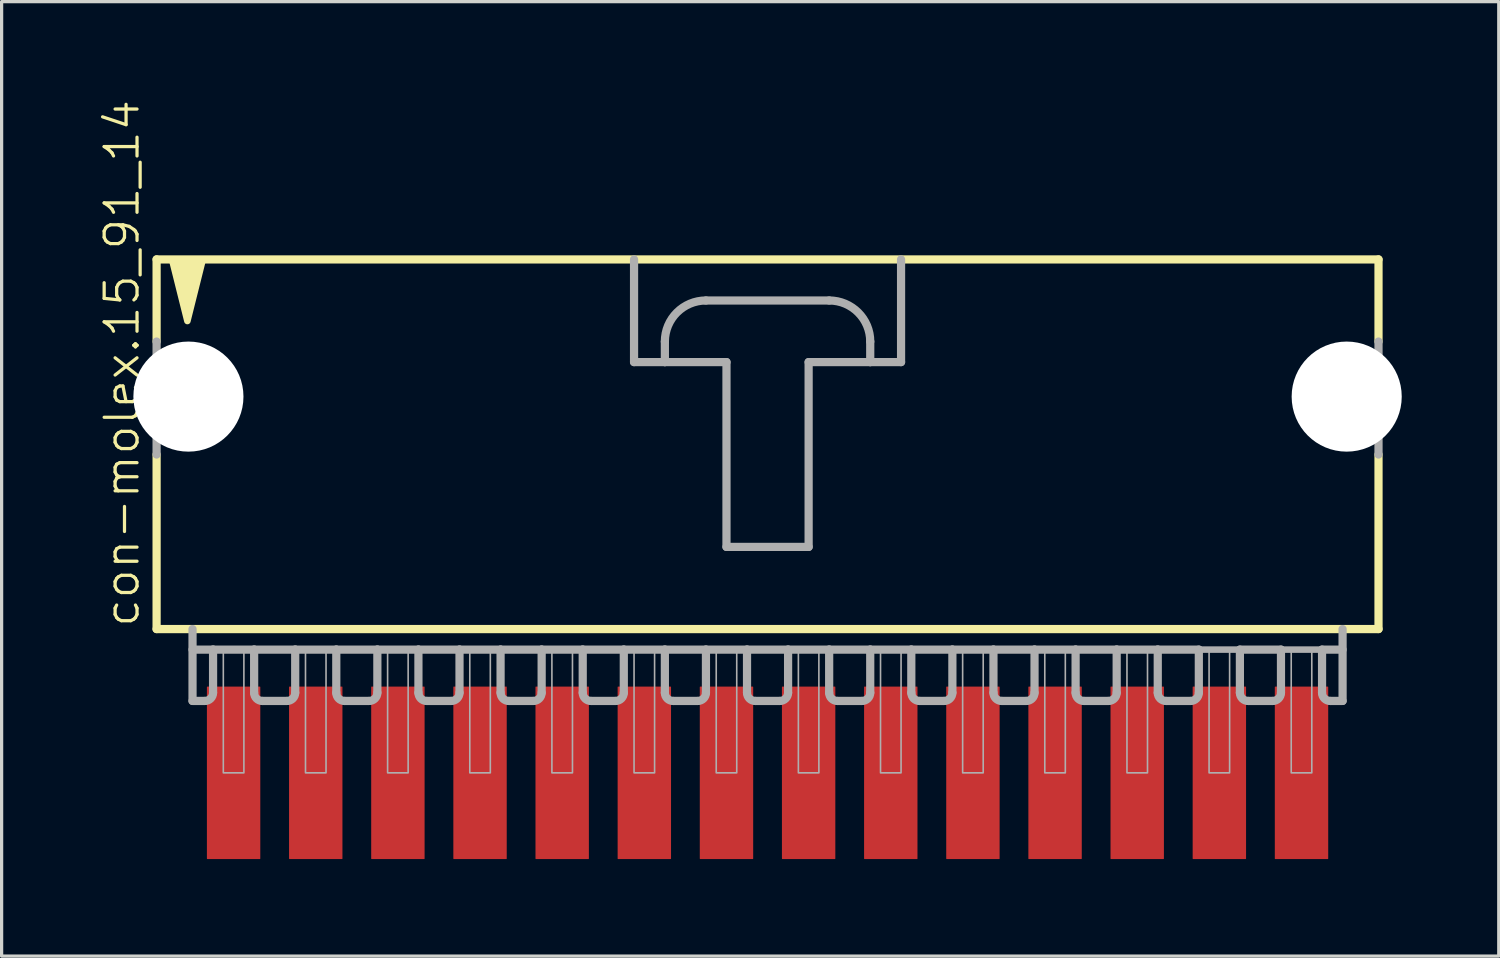
<source format=kicad_pcb>
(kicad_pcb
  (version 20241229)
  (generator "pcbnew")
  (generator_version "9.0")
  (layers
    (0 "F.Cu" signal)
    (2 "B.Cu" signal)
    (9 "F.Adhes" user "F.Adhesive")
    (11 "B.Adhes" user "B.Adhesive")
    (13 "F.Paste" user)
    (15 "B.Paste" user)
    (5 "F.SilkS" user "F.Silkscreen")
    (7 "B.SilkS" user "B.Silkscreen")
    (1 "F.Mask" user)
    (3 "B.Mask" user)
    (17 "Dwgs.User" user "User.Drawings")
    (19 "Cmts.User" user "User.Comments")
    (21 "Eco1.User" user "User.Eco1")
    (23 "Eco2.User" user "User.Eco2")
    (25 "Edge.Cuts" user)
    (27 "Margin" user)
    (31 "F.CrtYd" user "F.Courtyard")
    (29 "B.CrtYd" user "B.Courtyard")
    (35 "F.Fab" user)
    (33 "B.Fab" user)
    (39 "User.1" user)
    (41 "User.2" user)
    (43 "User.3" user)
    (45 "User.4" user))
  (footprint "con-molex.15_91_14"
    (layer "F.Cu")
    (at 20.683 10.051)
    (property "Reference" "con-molex.15_91_14" (at -19.367 6.35 90) (layer "F.SilkS") (effects (font (size 1.016 1.016) (thickness 0.1)) (justify left bottom)))
    (attr smd)
    (fp_line (start -18.891 -5.08) (end -18.891 -2.54) (stroke (width 0.254) (type default)) (layer "F.SilkS"))
    (fp_line (start -18.891 0.953) (end -18.891 6.35) (stroke (width 0.254) (type default)) (layer "F.SilkS"))
    (fp_line (start -18.891 6.35) (end 18.891 6.35) (stroke (width 0.254) (type default)) (layer "F.SilkS"))
    (fp_line (start 18.891 -5.08) (end -18.891 -5.08) (stroke (width 0.254) (type default)) (layer "F.SilkS"))
    (fp_line (start 18.891 -2.54) (end 18.891 -5.08) (stroke (width 0.254) (type default)) (layer "F.SilkS"))
    (fp_line (start 18.891 6.35) (end 18.891 0.953) (stroke (width 0.254) (type default)) (layer "F.SilkS"))
    (fp_poly (pts (xy -18.415 -5.08) (xy -17.939 -3.175) (xy -17.462 -5.08)) (stroke (width 0.203) (type default)) (fill yes) (layer "F.SilkS"))
    (fp_line (start -18.891 -2.54) (end -18.891 0.953) (stroke (width 0.254) (type default)) (layer "F.Fab"))
    (fp_line (start -17.78 6.35) (end -17.78 8.572) (stroke (width 0.254) (type default)) (layer "F.Fab"))
    (fp_line (start -17.78 6.985) (end -17.145 6.985) (stroke (width 0.254) (type default)) (layer "F.Fab"))
    (fp_line (start -17.399 8.572) (end -17.78 8.572) (stroke (width 0.254) (type default)) (layer "F.Fab"))
    (fp_line (start -17.145 6.985) (end -17.145 8.319) (stroke (width 0.254) (type default)) (layer "F.Fab"))
    (fp_line (start -17.145 6.985) (end -15.875 6.985) (stroke (width 0.254) (type default)) (layer "F.Fab"))
    (fp_line (start -15.875 6.985) (end -15.875 8.319) (stroke (width 0.254) (type default)) (layer "F.Fab"))
    (fp_line (start -15.875 6.985) (end -14.605 6.985) (stroke (width 0.254) (type default)) (layer "F.Fab"))
    (fp_line (start -14.859 8.572) (end -15.621 8.572) (stroke (width 0.254) (type default)) (layer "F.Fab"))
    (fp_line (start -14.605 6.985) (end -14.605 8.319) (stroke (width 0.254) (type default)) (layer "F.Fab"))
    (fp_line (start -14.605 6.985) (end -13.335 6.985) (stroke (width 0.254) (type default)) (layer "F.Fab"))
    (fp_line (start -13.335 6.985) (end -13.335 8.319) (stroke (width 0.254) (type default)) (layer "F.Fab"))
    (fp_line (start -13.335 6.985) (end -12.065 6.985) (stroke (width 0.254) (type default)) (layer "F.Fab"))
    (fp_line (start -12.319 8.572) (end -13.081 8.572) (stroke (width 0.254) (type default)) (layer "F.Fab"))
    (fp_line (start -12.065 6.985) (end -12.065 8.319) (stroke (width 0.254) (type default)) (layer "F.Fab"))
    (fp_line (start -12.065 6.985) (end -10.795 6.985) (stroke (width 0.254) (type default)) (layer "F.Fab"))
    (fp_line (start -10.795 6.985) (end -10.795 8.319) (stroke (width 0.254) (type default)) (layer "F.Fab"))
    (fp_line (start -10.795 6.985) (end -9.525 6.985) (stroke (width 0.254) (type default)) (layer "F.Fab"))
    (fp_line (start -9.779 8.572) (end -10.541 8.572) (stroke (width 0.254) (type default)) (layer "F.Fab"))
    (fp_line (start -9.525 6.985) (end -9.525 8.319) (stroke (width 0.254) (type default)) (layer "F.Fab"))
    (fp_line (start -9.525 6.985) (end -8.255 6.985) (stroke (width 0.254) (type default)) (layer "F.Fab"))
    (fp_line (start -8.255 6.985) (end -8.255 8.319) (stroke (width 0.254) (type default)) (layer "F.Fab"))
    (fp_line (start -8.255 6.985) (end -6.985 6.985) (stroke (width 0.254) (type default)) (layer "F.Fab"))
    (fp_line (start -7.239 8.572) (end -8.001 8.572) (stroke (width 0.254) (type default)) (layer "F.Fab"))
    (fp_line (start -6.985 6.985) (end -6.985 8.319) (stroke (width 0.254) (type default)) (layer "F.Fab"))
    (fp_line (start -6.985 6.985) (end -5.715 6.985) (stroke (width 0.254) (type default)) (layer "F.Fab"))
    (fp_line (start -5.715 6.985) (end -5.715 8.319) (stroke (width 0.254) (type default)) (layer "F.Fab"))
    (fp_line (start -5.715 6.985) (end -4.445 6.985) (stroke (width 0.254) (type default)) (layer "F.Fab"))
    (fp_line (start -4.699 8.572) (end -5.461 8.572) (stroke (width 0.254) (type default)) (layer "F.Fab"))
    (fp_line (start -4.445 6.985) (end -4.445 8.319) (stroke (width 0.254) (type default)) (layer "F.Fab"))
    (fp_line (start -4.445 6.985) (end -3.175 6.985) (stroke (width 0.254) (type default)) (layer "F.Fab"))
    (fp_line (start -4.128 -5.08) (end -4.128 -1.905) (stroke (width 0.254) (type default)) (layer "F.Fab"))
    (fp_line (start -4.128 -1.905) (end -3.175 -1.905) (stroke (width 0.254) (type default)) (layer "F.Fab"))
    (fp_line (start -3.175 -1.905) (end -3.175 -2.54) (stroke (width 0.254) (type default)) (layer "F.Fab"))
    (fp_line (start -3.175 -1.905) (end -1.27 -1.905) (stroke (width 0.254) (type default)) (layer "F.Fab"))
    (fp_line (start -3.175 6.985) (end -3.175 8.319) (stroke (width 0.254) (type default)) (layer "F.Fab"))
    (fp_line (start -3.175 6.985) (end -1.905 6.985) (stroke (width 0.254) (type default)) (layer "F.Fab"))
    (fp_line (start -2.159 8.572) (end -2.921 8.572) (stroke (width 0.254) (type default)) (layer "F.Fab"))
    (fp_line (start -1.905 -3.81) (end 1.905 -3.81) (stroke (width 0.254) (type default)) (layer "F.Fab"))
    (fp_line (start -1.905 6.985) (end -1.905 8.319) (stroke (width 0.254) (type default)) (layer "F.Fab"))
    (fp_line (start -1.905 6.985) (end -0.635 6.985) (stroke (width 0.254) (type default)) (layer "F.Fab"))
    (fp_line (start -1.27 -1.905) (end -1.27 3.81) (stroke (width 0.254) (type default)) (layer "F.Fab"))
    (fp_line (start -1.27 3.81) (end 1.27 3.81) (stroke (width 0.254) (type default)) (layer "F.Fab"))
    (fp_line (start -0.635 6.985) (end -0.635 8.319) (stroke (width 0.254) (type default)) (layer "F.Fab"))
    (fp_line (start -0.635 6.985) (end 0.635 6.985) (stroke (width 0.254) (type default)) (layer "F.Fab"))
    (fp_line (start 0.381 8.572) (end -0.381 8.572) (stroke (width 0.254) (type default)) (layer "F.Fab"))
    (fp_line (start 0.635 6.985) (end 0.635 8.319) (stroke (width 0.254) (type default)) (layer "F.Fab"))
    (fp_line (start 0.635 6.985) (end 1.905 6.985) (stroke (width 0.254) (type default)) (layer "F.Fab"))
    (fp_line (start 1.27 -1.905) (end 3.175 -1.905) (stroke (width 0.254) (type default)) (layer "F.Fab"))
    (fp_line (start 1.27 3.81) (end 1.27 -1.905) (stroke (width 0.254) (type default)) (layer "F.Fab"))
    (fp_line (start 1.905 6.985) (end 1.905 8.319) (stroke (width 0.254) (type default)) (layer "F.Fab"))
    (fp_line (start 1.905 6.985) (end 3.175 6.985) (stroke (width 0.254) (type default)) (layer "F.Fab"))
    (fp_line (start 2.921 8.572) (end 2.159 8.572) (stroke (width 0.254) (type default)) (layer "F.Fab"))
    (fp_line (start 3.175 -2.54) (end 3.175 -1.905) (stroke (width 0.254) (type default)) (layer "F.Fab"))
    (fp_line (start 3.175 -1.905) (end 4.128 -1.905) (stroke (width 0.254) (type default)) (layer "F.Fab"))
    (fp_line (start 3.175 6.985) (end 3.175 8.319) (stroke (width 0.254) (type default)) (layer "F.Fab"))
    (fp_line (start 3.175 6.985) (end 4.445 6.985) (stroke (width 0.254) (type default)) (layer "F.Fab"))
    (fp_line (start 4.128 -1.905) (end 4.128 -5.08) (stroke (width 0.254) (type default)) (layer "F.Fab"))
    (fp_line (start 4.445 6.985) (end 4.445 8.319) (stroke (width 0.254) (type default)) (layer "F.Fab"))
    (fp_line (start 4.445 6.985) (end 5.715 6.985) (stroke (width 0.254) (type default)) (layer "F.Fab"))
    (fp_line (start 5.461 8.572) (end 4.699 8.572) (stroke (width 0.254) (type default)) (layer "F.Fab"))
    (fp_line (start 5.715 6.985) (end 5.715 8.319) (stroke (width 0.254) (type default)) (layer "F.Fab"))
    (fp_line (start 5.715 6.985) (end 6.985 6.985) (stroke (width 0.254) (type default)) (layer "F.Fab"))
    (fp_line (start 6.985 6.985) (end 6.985 8.319) (stroke (width 0.254) (type default)) (layer "F.Fab"))
    (fp_line (start 6.985 6.985) (end 8.255 6.985) (stroke (width 0.254) (type default)) (layer "F.Fab"))
    (fp_line (start 8.001 8.572) (end 7.239 8.572) (stroke (width 0.254) (type default)) (layer "F.Fab"))
    (fp_line (start 8.255 6.985) (end 8.255 8.319) (stroke (width 0.254) (type default)) (layer "F.Fab"))
    (fp_line (start 8.255 6.985) (end 9.525 6.985) (stroke (width 0.254) (type default)) (layer "F.Fab"))
    (fp_line (start 9.525 6.985) (end 9.525 8.319) (stroke (width 0.254) (type default)) (layer "F.Fab"))
    (fp_line (start 9.525 6.985) (end 10.795 6.985) (stroke (width 0.254) (type default)) (layer "F.Fab"))
    (fp_line (start 9.779 8.572) (end 10.541 8.572) (stroke (width 0.254) (type default)) (layer "F.Fab"))
    (fp_line (start 10.795 6.985) (end 12.065 6.985) (stroke (width 0.254) (type default)) (layer "F.Fab"))
    (fp_line (start 10.795 8.319) (end 10.795 6.985) (stroke (width 0.254) (type default)) (layer "F.Fab"))
    (fp_line (start 12.065 6.985) (end 12.065 8.319) (stroke (width 0.254) (type default)) (layer "F.Fab"))
    (fp_line (start 12.065 6.985) (end 13.335 6.985) (stroke (width 0.254) (type default)) (layer "F.Fab"))
    (fp_line (start 12.319 8.572) (end 13.081 8.572) (stroke (width 0.254) (type default)) (layer "F.Fab"))
    (fp_line (start 13.335 6.985) (end 14.605 6.985) (stroke (width 0.203) (type default)) (layer "F.Fab"))
    (fp_line (start 13.335 8.319) (end 13.335 6.985) (stroke (width 0.254) (type default)) (layer "F.Fab"))
    (fp_line (start 14.605 6.985) (end 14.605 8.319) (stroke (width 0.254) (type default)) (layer "F.Fab"))
    (fp_line (start 14.605 6.985) (end 15.875 6.985) (stroke (width 0.254) (type default)) (layer "F.Fab"))
    (fp_line (start 14.859 8.572) (end 15.621 8.572) (stroke (width 0.254) (type default)) (layer "F.Fab"))
    (fp_line (start 15.875 6.985) (end 17.145 6.985) (stroke (width 0.203) (type default)) (layer "F.Fab"))
    (fp_line (start 15.875 8.319) (end 15.875 6.985) (stroke (width 0.254) (type default)) (layer "F.Fab"))
    (fp_line (start 17.145 6.985) (end 17.145 8.319) (stroke (width 0.254) (type default)) (layer "F.Fab"))
    (fp_line (start 17.145 6.985) (end 17.78 6.985) (stroke (width 0.254) (type default)) (layer "F.Fab"))
    (fp_line (start 17.399 8.572) (end 17.78 8.572) (stroke (width 0.254) (type default)) (layer "F.Fab"))
    (fp_line (start 17.78 8.572) (end 17.78 6.35) (stroke (width 0.254) (type default)) (layer "F.Fab"))
    (fp_line (start 18.891 -2.54) (end 18.891 0.953) (stroke (width 0.254) (type default)) (layer "F.Fab"))
    (fp_rect (start -16.828 10.795) (end -16.192 6.985) (stroke (width 0.05) (type default)) (fill no) (layer "F.Fab"))
    (fp_rect (start -14.287 10.795) (end -13.652 6.985) (stroke (width 0.05) (type default)) (fill no) (layer "F.Fab"))
    (fp_rect (start -11.748 10.795) (end -11.113 6.985) (stroke (width 0.05) (type default)) (fill no) (layer "F.Fab"))
    (fp_rect (start -9.207 10.795) (end -8.572 6.985) (stroke (width 0.05) (type default)) (fill no) (layer "F.Fab"))
    (fp_rect (start -6.668 10.795) (end -6.032 6.985) (stroke (width 0.05) (type default)) (fill no) (layer "F.Fab"))
    (fp_rect (start -4.128 10.795) (end -3.493 6.985) (stroke (width 0.05) (type default)) (fill no) (layer "F.Fab"))
    (fp_rect (start -1.587 10.795) (end -0.953 6.985) (stroke (width 0.05) (type default)) (fill no) (layer "F.Fab"))
    (fp_rect (start 0.953 10.795) (end 1.587 6.985) (stroke (width 0.05) (type default)) (fill no) (layer "F.Fab"))
    (fp_rect (start 3.493 10.795) (end 4.128 6.985) (stroke (width 0.05) (type default)) (fill no) (layer "F.Fab"))
    (fp_rect (start 6.032 10.795) (end 6.668 6.985) (stroke (width 0.05) (type default)) (fill no) (layer "F.Fab"))
    (fp_rect (start 8.572 10.795) (end 9.207 6.985) (stroke (width 0.05) (type default)) (fill no) (layer "F.Fab"))
    (fp_rect (start 11.113 10.795) (end 11.748 6.985) (stroke (width 0.05) (type default)) (fill no) (layer "F.Fab"))
    (fp_rect (start 13.652 10.795) (end 14.287 6.985) (stroke (width 0.05) (type default)) (fill no) (layer "F.Fab"))
    (fp_rect (start 16.192 10.795) (end 16.828 6.985) (stroke (width 0.05) (type default)) (fill no) (layer "F.Fab"))
    (fp_arc (start -17.145 8.3185) (mid -17.219395 8.498105) (end -17.399 8.5725) (stroke (width 0.254) (type default)) (layer "F.Fab"))
    (fp_arc (start -15.621 8.5725) (mid -15.800605 8.498105) (end -15.875 8.3185) (stroke (width 0.254) (type default)) (layer "F.Fab"))
    (fp_arc (start -14.605 8.3185) (mid -14.679395 8.498105) (end -14.859 8.5725) (stroke (width 0.254) (type default)) (layer "F.Fab"))
    (fp_arc (start -13.081 8.5725) (mid -13.260605 8.498105) (end -13.335 8.3185) (stroke (width 0.254) (type default)) (layer "F.Fab"))
    (fp_arc (start -12.065 8.3185) (mid -12.139395 8.498105) (end -12.319 8.5725) (stroke (width 0.254) (type default)) (layer "F.Fab"))
    (fp_arc (start -10.541 8.5725) (mid -10.720605 8.498105) (end -10.795 8.3185) (stroke (width 0.254) (type default)) (layer "F.Fab"))
    (fp_arc (start -9.525 8.3185) (mid -9.599395 8.498105) (end -9.779 8.5725) (stroke (width 0.254) (type default)) (layer "F.Fab"))
    (fp_arc (start -8.001 8.5725) (mid -8.180605 8.498105) (end -8.255 8.3185) (stroke (width 0.254) (type default)) (layer "F.Fab"))
    (fp_arc (start -6.985 8.3185) (mid -7.059395 8.498105) (end -7.239 8.5725) (stroke (width 0.254) (type default)) (layer "F.Fab"))
    (fp_arc (start -5.461 8.5725) (mid -5.640605 8.498105) (end -5.715 8.3185) (stroke (width 0.254) (type default)) (layer "F.Fab"))
    (fp_arc (start -4.445 8.3185) (mid -4.519395 8.498105) (end -4.699 8.5725) (stroke (width 0.254) (type default)) (layer "F.Fab"))
    (fp_arc (start -3.175 -2.54) (mid -2.803026 -3.438026) (end -1.905 -3.81) (stroke (width 0.254) (type default)) (layer "F.Fab"))
    (fp_arc (start -2.921 8.5725) (mid -3.100605 8.498105) (end -3.175 8.3185) (stroke (width 0.254) (type default)) (layer "F.Fab"))
    (fp_arc (start -1.905 8.3185) (mid -1.979395 8.498105) (end -2.159 8.5725) (stroke (width 0.254) (type default)) (layer "F.Fab"))
    (fp_arc (start -0.381 8.5725) (mid -0.560605 8.498105) (end -0.635 8.3185) (stroke (width 0.254) (type default)) (layer "F.Fab"))
    (fp_arc (start 0.635 8.3185) (mid 0.560605 8.498105) (end 0.381 8.5725) (stroke (width 0.254) (type default)) (layer "F.Fab"))
    (fp_arc (start 1.905 -3.81) (mid 2.803026 -3.438026) (end 3.175 -2.54) (stroke (width 0.254) (type default)) (layer "F.Fab"))
    (fp_arc (start 2.159 8.5725) (mid 1.979395 8.498105) (end 1.905 8.3185) (stroke (width 0.254) (type default)) (layer "F.Fab"))
    (fp_arc (start 3.175 8.3185) (mid 3.100605 8.498105) (end 2.921 8.5725) (stroke (width 0.254) (type default)) (layer "F.Fab"))
    (fp_arc (start 4.699 8.5725) (mid 4.519395 8.498105) (end 4.445 8.3185) (stroke (width 0.254) (type default)) (layer "F.Fab"))
    (fp_arc (start 5.715 8.3185) (mid 5.640605 8.498105) (end 5.461 8.5725) (stroke (width 0.254) (type default)) (layer "F.Fab"))
    (fp_arc (start 7.239 8.5725) (mid 7.059395 8.498105) (end 6.985 8.3185) (stroke (width 0.254) (type default)) (layer "F.Fab"))
    (fp_arc (start 8.255 8.3185) (mid 8.180605 8.498105) (end 8.001 8.5725) (stroke (width 0.254) (type default)) (layer "F.Fab"))
    (fp_arc (start 9.779 8.5725) (mid 9.599395 8.498105) (end 9.525 8.3185) (stroke (width 0.254) (type default)) (layer "F.Fab"))
    (fp_arc (start 10.795 8.3185) (mid 10.720605 8.498105) (end 10.541 8.5725) (stroke (width 0.254) (type default)) (layer "F.Fab"))
    (fp_arc (start 12.319 8.5725) (mid 12.139395 8.498105) (end 12.065 8.3185) (stroke (width 0.254) (type default)) (layer "F.Fab"))
    (fp_arc (start 13.335 8.3185) (mid 13.260605 8.498105) (end 13.081 8.5725) (stroke (width 0.254) (type default)) (layer "F.Fab"))
    (fp_arc (start 14.859 8.5725) (mid 14.679395 8.498105) (end 14.605 8.3185) (stroke (width 0.254) (type default)) (layer "F.Fab"))
    (fp_arc (start 15.875 8.3185) (mid 15.800605 8.498105) (end 15.621 8.5725) (stroke (width 0.254) (type default)) (layer "F.Fab"))
    (fp_arc (start 17.399 8.5725) (mid 17.219395 8.498105) (end 17.145 8.3185) (stroke (width 0.254) (type default)) (layer "F.Fab"))
    (pad "" np_thru_hole circle (at -17.907 -0.838) (size 3.404 3.404) (drill 3.404) (layers "*.Cu" "*.Mask"))
    (pad "" np_thru_hole circle (at 17.907 -0.838) (size 3.404 3.404) (drill 3.404) (layers "*.Cu" "*.Mask"))
    (pad "1" smd roundrect (at -16.51 10.795 90) (size 5.334 1.651) (layers "F.Cu" "F.Mask" "F.Paste") (roundrect_rratio 0.01))
    (pad "2" smd roundrect (at -13.97 10.795 90) (size 5.334 1.651) (layers "F.Cu" "F.Mask" "F.Paste") (roundrect_rratio 0.01))
    (pad "3" smd roundrect (at -11.43 10.795 90) (size 5.334 1.651) (layers "F.Cu" "F.Mask" "F.Paste") (roundrect_rratio 0.01))
    (pad "4" smd roundrect (at -8.89 10.795 90) (size 5.334 1.651) (layers "F.Cu" "F.Mask" "F.Paste") (roundrect_rratio 0.01))
    (pad "5" smd roundrect (at -6.35 10.795 90) (size 5.334 1.651) (layers "F.Cu" "F.Mask" "F.Paste") (roundrect_rratio 0.01))
    (pad "6" smd roundrect (at -3.81 10.795 90) (size 5.334 1.651) (layers "F.Cu" "F.Mask" "F.Paste") (roundrect_rratio 0.01))
    (pad "7" smd roundrect (at -1.27 10.795 90) (size 5.334 1.651) (layers "F.Cu" "F.Mask" "F.Paste") (roundrect_rratio 0.01))
    (pad "8" smd roundrect (at 1.27 10.795 90) (size 5.334 1.651) (layers "F.Cu" "F.Mask" "F.Paste") (roundrect_rratio 0.01))
    (pad "9" smd roundrect (at 3.81 10.795 90) (size 5.334 1.651) (layers "F.Cu" "F.Mask" "F.Paste") (roundrect_rratio 0.01))
    (pad "10" smd roundrect (at 6.35 10.795 90) (size 5.334 1.651) (layers "F.Cu" "F.Mask" "F.Paste") (roundrect_rratio 0.01))
    (pad "11" smd roundrect (at 8.89 10.795 90) (size 5.334 1.651) (layers "F.Cu" "F.Mask" "F.Paste") (roundrect_rratio 0.01))
    (pad "12" smd roundrect (at 11.43 10.795 90) (size 5.334 1.651) (layers "F.Cu" "F.Mask" "F.Paste") (roundrect_rratio 0.01))
    (pad "13" smd roundrect (at 13.97 10.795 90) (size 5.334 1.651) (layers "F.Cu" "F.Mask" "F.Paste") (roundrect_rratio 0.01))
    (pad "14" smd roundrect (at 16.51 10.795 90) (size 5.334 1.651) (layers "F.Cu" "F.Mask" "F.Paste") (roundrect_rratio 0.01)))
  (gr_rect
    (start -3 -3)
    (end 43.292 26.513)
    (stroke (width 0.1) (type default))
    (fill no)
    (layer "Edge.Cuts")))
</source>
